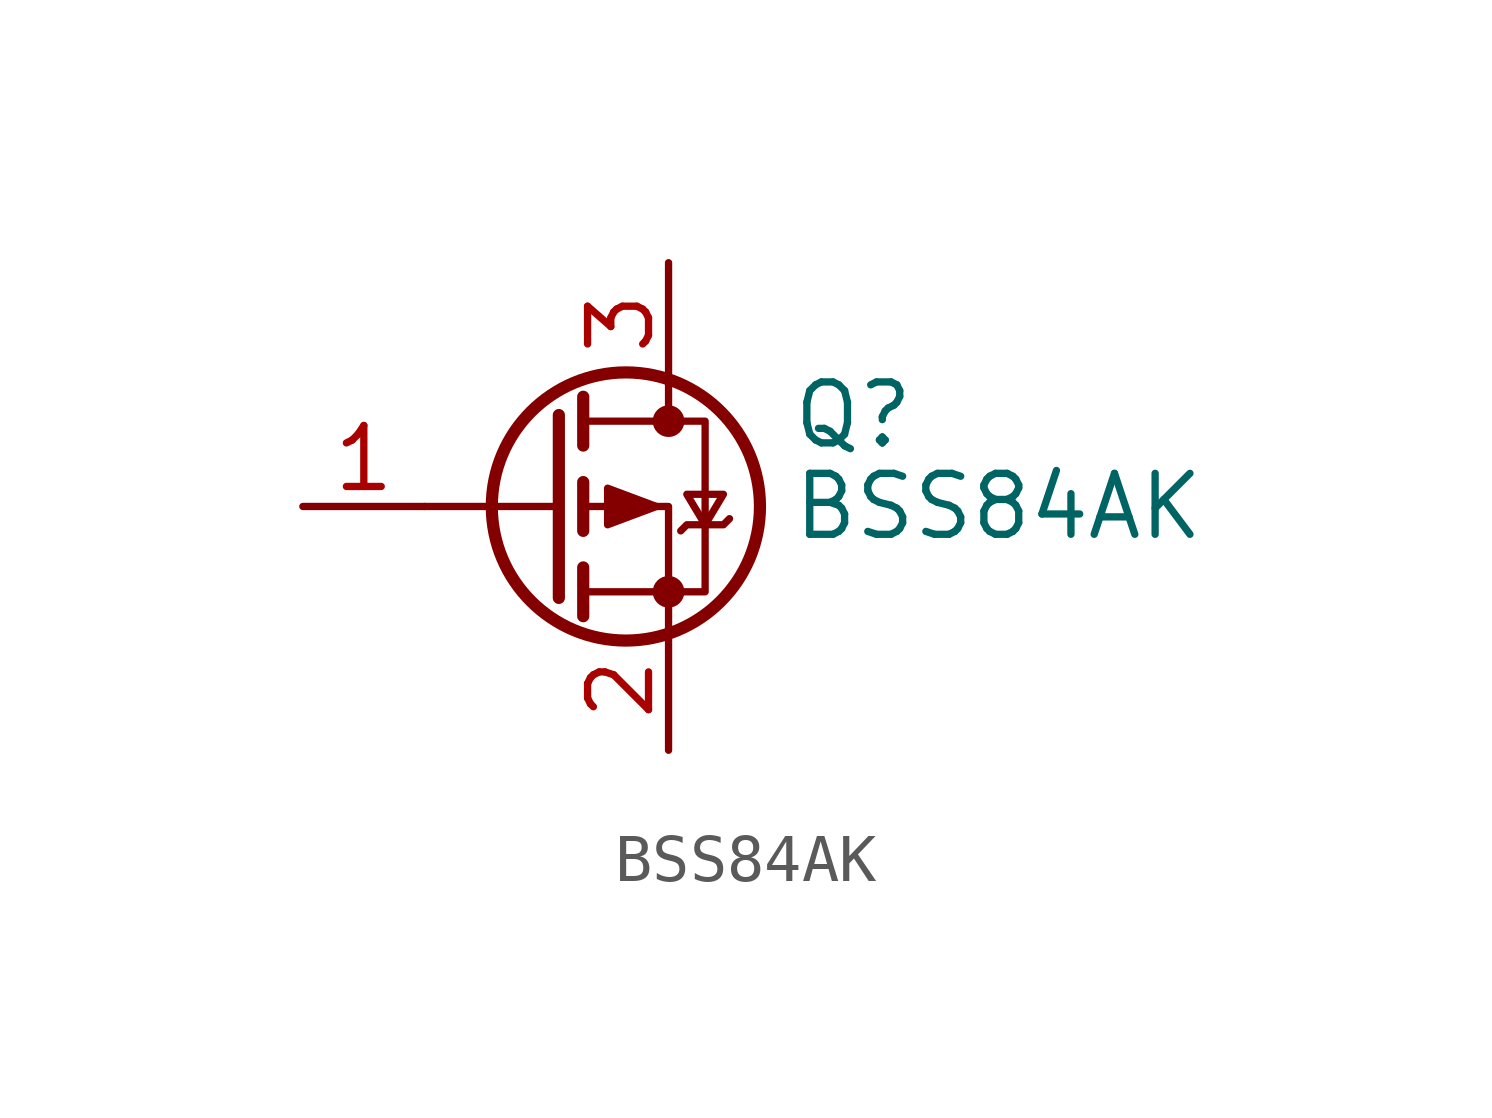
<source format=kicad_sym>
(kicad_symbol_lib
  (version 20231120)
  (generator "kicad_symbol_editor")
  (generator_version "8.0")
  (symbol "BSS84AK"
    (pin_names hide)
    (property "Reference" "Q"
      (at 5.08 1.905 0)
      (effects (font (size 1.27 1.27)) (justify left)))
    (property "Value" "BSS84AK"
      (at 5.08 0 0)
      (effects (font (size 1.27 1.27)) (justify left)))
    (symbol "BSS84AK_0_1"
      (polyline (pts (xy 0.254 0) (xy -2.54 0)) (stroke (width 0) (type default)) (fill (type none)))
      (polyline (pts (xy 0.254 1.905) (xy 0.254 -1.905)) (stroke (width 0.254) (type default)) (fill (type none)))
      (polyline (pts (xy 0.762 -1.27) (xy 0.762 -2.286)) (stroke (width 0.254) (type default)) (fill (type none)))
      (polyline (pts (xy 0.762 0.508) (xy 0.762 -0.508)) (stroke (width 0.254) (type default)) (fill (type none)))
      (polyline (pts (xy 0.762 2.286) (xy 0.762 1.27)) (stroke (width 0.254) (type default)) (fill (type none)))
      (polyline (pts (xy 2.54 2.54) (xy 2.54 1.778)) (stroke (width 0) (type default)) (fill (type none)))
      (polyline (pts (xy 2.54 -2.54) (xy 2.54 0) (xy 0.762 0)) (stroke (width 0) (type default)) (fill (type none)))
      (polyline (pts (xy 0.762 1.778) (xy 3.302 1.778) (xy 3.302 -1.778) (xy 0.762 -1.778)) (stroke (width 0) (type default)) (fill (type none)))
      (polyline (pts (xy 2.286 0) (xy 1.27 0.381) (xy 1.27 -0.381) (xy 2.286 0)) (stroke (width 0) (type default)) (fill (type outline)))
      (polyline (pts (xy 2.794 -0.508) (xy 2.921 -0.381) (xy 3.683 -0.381) (xy 3.81 -0.254)) (stroke (width 0) (type default)) (fill (type none)))
      (polyline (pts (xy 3.302 -0.381) (xy 2.921 0.254) (xy 3.683 0.254) (xy 3.302 -0.381)) (stroke (width 0) (type default)) (fill (type none)))
      (circle (center 1.651 0) (radius 2.794) (stroke (width 0.254) (type default)) (fill (type none)))
      (circle (center 2.54 -1.778) (radius 0.254) (stroke (width 0) (type default)) (fill (type outline)))
      (circle (center 2.54 1.778) (radius 0.254) (stroke (width 0) (type default)) (fill (type outline))))
    (symbol "BSS84AK_1_0"
      (pin passive line (at 2.54 -5.08 90) (length 2.54) (name "S" (effects (font (size 1.27 1.27)))) (number "2" (effects (font (size 1.27 1.27))))))
    (symbol "BSS84AK_1_1"
      (pin input line (at -5.08 0 0) (length 2.54) (name "G" (effects (font (size 1.27 1.27)))) (number "1" (effects (font (size 1.27 1.27)))))
      (pin passive line (at 2.54 5.08 270) (length 2.54) (name "D" (effects (font (size 1.27 1.27)))) (number "3" (effects (font (size 1.27 1.27))))))))
</source>
